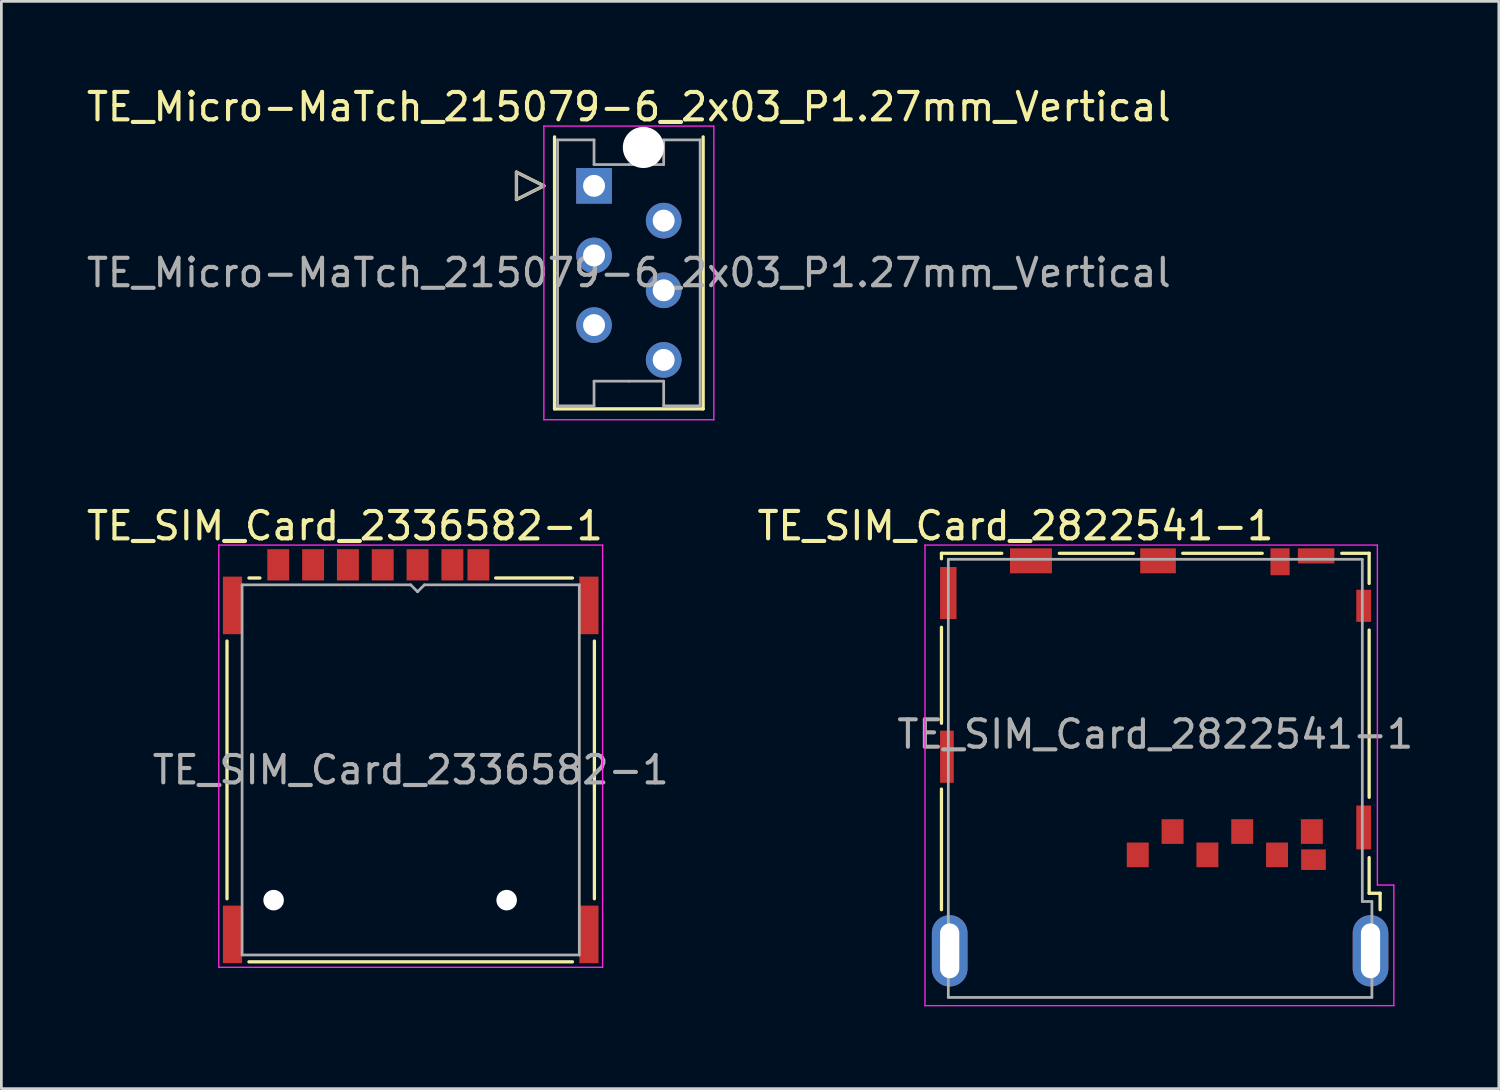
<source format=kicad_pcb>
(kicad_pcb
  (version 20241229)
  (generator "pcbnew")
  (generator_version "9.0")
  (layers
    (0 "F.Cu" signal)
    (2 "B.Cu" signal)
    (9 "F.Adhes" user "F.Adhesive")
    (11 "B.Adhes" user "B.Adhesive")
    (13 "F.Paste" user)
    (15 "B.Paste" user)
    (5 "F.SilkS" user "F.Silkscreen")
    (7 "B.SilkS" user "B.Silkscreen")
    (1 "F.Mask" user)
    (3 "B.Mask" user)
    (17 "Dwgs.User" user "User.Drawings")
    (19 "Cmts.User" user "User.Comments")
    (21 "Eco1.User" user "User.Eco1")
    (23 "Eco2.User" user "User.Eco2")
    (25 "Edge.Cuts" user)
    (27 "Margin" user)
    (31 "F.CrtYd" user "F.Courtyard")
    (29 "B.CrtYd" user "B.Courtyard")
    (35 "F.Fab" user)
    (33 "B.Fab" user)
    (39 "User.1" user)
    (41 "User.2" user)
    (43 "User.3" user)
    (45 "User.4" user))
  (footprint "TE_Micro-MaTch_215079-6_2x03_P1.27mm_Vertical"
    (layer "F.Cu")
    (at 18.617 3.728)
    (property "Reference" "TE_Micro-MaTch_215079-6_2x03_P1.27mm_Vertical" (at 1.27 -2.88 0) (layer "F.SilkS") (effects (font (size 1 1) (thickness 0.15))))
    (attr through_hole)
    (fp_line (start -2.83 -0.5) (end -1.83 0) (stroke (width 0.12) (type solid)) (layer "F.SilkS"))
    (fp_line (start -2.83 0.5) (end -2.83 -0.5) (stroke (width 0.12) (type solid)) (layer "F.SilkS"))
    (fp_line (start -1.83 0) (end -2.83 0.5) (stroke (width 0.12) (type solid)) (layer "F.SilkS"))
    (fp_line (start -1.44 -1.785) (end -1.44 8.135) (stroke (width 0.12) (type solid)) (layer "F.SilkS"))
    (fp_line (start -1.44 8.135) (end 3.98 8.135) (stroke (width 0.12) (type solid)) (layer "F.SilkS"))
    (fp_line (start 3.98 8.135) (end 3.98 -1.785) (stroke (width 0.12) (type solid)) (layer "F.SilkS"))
    (fp_line (start -1.83 -2.18) (end -1.83 8.53) (stroke (width 0.05) (type solid)) (layer "F.CrtYd"))
    (fp_line (start -1.83 8.53) (end 4.37 8.53) (stroke (width 0.05) (type solid)) (layer "F.CrtYd"))
    (fp_line (start 4.37 -2.18) (end -1.83 -2.18) (stroke (width 0.05) (type solid)) (layer "F.CrtYd"))
    (fp_line (start 4.37 8.53) (end 4.37 -2.18) (stroke (width 0.05) (type solid)) (layer "F.CrtYd"))
    (fp_line (start -2.83 -0.5) (end -1.83 0) (stroke (width 0.1) (type solid)) (layer "F.Fab"))
    (fp_line (start -2.83 0.5) (end -2.83 -0.5) (stroke (width 0.1) (type solid)) (layer "F.Fab"))
    (fp_line (start -1.83 0) (end -2.83 0.5) (stroke (width 0.1) (type solid)) (layer "F.Fab"))
    (fp_line (start -1.33 -1.675) (end -1.33 3.175) (stroke (width 0.1) (type solid)) (layer "F.Fab"))
    (fp_line (start -1.33 8.025) (end -1.33 3.175) (stroke (width 0.1) (type solid)) (layer "F.Fab"))
    (fp_line (start 0 -1.675) (end -1.33 -1.675) (stroke (width 0.1) (type solid)) (layer "F.Fab"))
    (fp_line (start 0 -0.775) (end 0 -1.675) (stroke (width 0.1) (type solid)) (layer "F.Fab"))
    (fp_line (start 0 7.125) (end 0 8.025) (stroke (width 0.1) (type solid)) (layer "F.Fab"))
    (fp_line (start 0 8.025) (end -1.33 8.025) (stroke (width 0.1) (type solid)) (layer "F.Fab"))
    (fp_line (start 1.27 -0.775) (end 0 -0.775) (stroke (width 0.1) (type solid)) (layer "F.Fab"))
    (fp_line (start 1.27 -0.775) (end 2.54 -0.775) (stroke (width 0.1) (type solid)) (layer "F.Fab"))
    (fp_line (start 1.27 7.125) (end 0 7.125) (stroke (width 0.1) (type solid)) (layer "F.Fab"))
    (fp_line (start 1.27 7.125) (end 2.54 7.125) (stroke (width 0.1) (type solid)) (layer "F.Fab"))
    (fp_line (start 2.54 -1.675) (end 3.87 -1.675) (stroke (width 0.1) (type solid)) (layer "F.Fab"))
    (fp_line (start 2.54 -0.775) (end 2.54 -1.675) (stroke (width 0.1) (type solid)) (layer "F.Fab"))
    (fp_line (start 2.54 7.125) (end 2.54 8.025) (stroke (width 0.1) (type solid)) (layer "F.Fab"))
    (fp_line (start 2.54 8.025) (end 3.87 8.025) (stroke (width 0.1) (type solid)) (layer "F.Fab"))
    (fp_line (start 3.87 -1.675) (end 3.87 3.175) (stroke (width 0.1) (type solid)) (layer "F.Fab"))
    (fp_line (start 3.87 8.025) (end 3.87 3.175) (stroke (width 0.1) (type solid)) (layer "F.Fab"))
    (fp_text user "${REFERENCE}" (at 1.27 3.17 0) (layer "F.Fab") (effects (font (size 1 1) (thickness 0.15))))
    (pad "" np_thru_hole circle (at 1.8 -1.4) (size 1.5 1.5) (drill 1.5) (layers "*.Cu" "*.Mask"))
    (pad "1" thru_hole rect (at 0 0) (size 1.3 1.3) (drill 0.8) (layers "*.Cu" "*.Mask"))
    (pad "2" thru_hole circle (at 2.54 1.27) (size 1.3 1.3) (drill 0.8) (layers "*.Cu" "*.Mask"))
    (pad "3" thru_hole circle (at 0 2.54) (size 1.3 1.3) (drill 0.8) (layers "*.Cu" "*.Mask"))
    (pad "4" thru_hole circle (at 2.54 3.81) (size 1.3 1.3) (drill 0.8) (layers "*.Cu" "*.Mask"))
    (pad "5" thru_hole circle (at 0 5.08) (size 1.3 1.3) (drill 0.8) (layers "*.Cu" "*.Mask"))
    (pad "6" thru_hole circle (at 2.54 6.35) (size 1.3 1.3) (drill 0.8) (layers "*.Cu" "*.Mask")))
  (footprint "TE_SIM_Card_2336582-1"
    (layer "F.Cu")
    (at 11.93 25.032)
    (property "Reference" "TE_SIM_Card_2336582-1" (at -2.4 -8.9 0) (layer "F.SilkS") (effects (font (size 1 1) (thickness 0.15))))
    (attr smd)
    (fp_line (start -6.7 4.7) (end -6.7 -4.7) (stroke (width 0.12) (type solid)) (layer "F.SilkS"))
    (fp_line (start -5.9 -7) (end -5.5 -7) (stroke (width 0.12) (type solid)) (layer "F.SilkS"))
    (fp_line (start -5.9 7) (end 5.9 7) (stroke (width 0.12) (type solid)) (layer "F.SilkS"))
    (fp_line (start 3.1 -7) (end 5.9 -7) (stroke (width 0.12) (type solid)) (layer "F.SilkS"))
    (fp_line (start 6.7 4.7) (end 6.7 -4.7) (stroke (width 0.12) (type solid)) (layer "F.SilkS"))
    (fp_line (start -7 -8.2) (end -7 7.2) (stroke (width 0.05) (type solid)) (layer "F.CrtYd"))
    (fp_line (start -7 7.2) (end 7 7.2) (stroke (width 0.05) (type solid)) (layer "F.CrtYd"))
    (fp_line (start 7 -8.2) (end -7 -8.2) (stroke (width 0.05) (type solid)) (layer "F.CrtYd"))
    (fp_line (start 7 7.2) (end 7 -8.2) (stroke (width 0.05) (type solid)) (layer "F.CrtYd"))
    (fp_line (start -6.15 -6.75) (end 0 -6.75) (stroke (width 0.1) (type solid)) (layer "F.Fab"))
    (fp_line (start -6.15 6.75) (end -6.15 -6.75) (stroke (width 0.1) (type solid)) (layer "F.Fab"))
    (fp_line (start -6.15 6.75) (end 6.15 6.75) (stroke (width 0.1) (type solid)) (layer "F.Fab"))
    (fp_line (start 0 -6.75) (end 0.25 -6.5) (stroke (width 0.1) (type solid)) (layer "F.Fab"))
    (fp_line (start 0.5 -6.75) (end 0.25 -6.5) (stroke (width 0.1) (type solid)) (layer "F.Fab"))
    (fp_line (start 0.5 -6.75) (end 6.15 -6.75) (stroke (width 0.1) (type solid)) (layer "F.Fab"))
    (fp_line (start 6.15 -6.75) (end 6.15 6.75) (stroke (width 0.1) (type solid)) (layer "F.Fab"))
    (fp_text user "${REFERENCE}" (at 0 0 0) (layer "F.Fab") (effects (font (size 1 1) (thickness 0.15))))
    (pad "" np_thru_hole circle (at -5 4.75) (size 0.75 0.75) (drill 0.75) (layers "*.Cu" "*.Mask"))
    (pad "" np_thru_hole circle (at 3.5 4.75) (size 0.75 0.75) (drill 0.75) (layers "*.Cu" "*.Mask"))
    (pad "C1" smd rect (at 0.25 -7.48) (size 0.8 1.14) (layers "F.Cu" "F.Mask" "F.Paste"))
    (pad "C2" smd rect (at -2.29 -7.48) (size 0.8 1.14) (layers "F.Cu" "F.Mask" "F.Paste"))
    (pad "C3" smd rect (at -4.83 -7.48) (size 0.8 1.14) (layers "F.Cu" "F.Mask" "F.Paste"))
    (pad "C5" smd rect (at 1.52 -7.48) (size 0.8 1.14) (layers "F.Cu" "F.Mask" "F.Paste"))
    (pad "C6" smd rect (at -1.02 -7.48) (size 0.8 1.14) (layers "F.Cu" "F.Mask" "F.Paste"))
    (pad "C7" smd rect (at -3.56 -7.48) (size 0.8 1.14) (layers "F.Cu" "F.Mask" "F.Paste"))
    (pad "CD" smd rect (at 2.47 -7.48) (size 0.8 1.14) (layers "F.Cu" "F.Mask" "F.Paste"))
    (pad "SH" smd rect (at -6.5 -6) (size 0.7 2.1) (layers "F.Cu" "F.Mask" "F.Paste"))
    (pad "SH" smd rect (at -6.5 6) (size 0.7 2.1) (layers "F.Cu" "F.Mask" "F.Paste"))
    (pad "SH" smd rect (at 6.5 -6) (size 0.7 2.1) (layers "F.Cu" "F.Mask" "F.Paste"))
    (pad "SH" smd rect (at 6.5 6) (size 0.7 2.1) (layers "F.Cu" "F.Mask" "F.Paste")))
  (footprint "TE_SIM_Card_2822541-1"
    (layer "F.Cu")
    (at 39.089 26.831)
    (property "Reference" "TE_SIM_Card_2822541-1" (at -5.1 -10.7 0) (layer "F.SilkS") (effects (font (size 1 1) (thickness 0.15))))
    (attr smd)
    (fp_line (start -7.8 -9.7) (end -5.6 -9.7) (stroke (width 0.12) (type solid)) (layer "F.SilkS"))
    (fp_line (start -7.8 -9.5) (end -7.8 -9.7) (stroke (width 0.12) (type solid)) (layer "F.SilkS"))
    (fp_line (start -7.8 -3.5) (end -7.8 -7) (stroke (width 0.12) (type solid)) (layer "F.SilkS"))
    (fp_line (start -7.8 3.3) (end -7.8 -1.1) (stroke (width 0.12) (type solid)) (layer "F.SilkS"))
    (fp_line (start -3.5 -9.7) (end -0.8 -9.7) (stroke (width 0.12) (type solid)) (layer "F.SilkS"))
    (fp_line (start 1 -9.7) (end 3.9 -9.7) (stroke (width 0.12) (type solid)) (layer "F.SilkS"))
    (fp_line (start 6.8 -9.7) (end 7.8 -9.7) (stroke (width 0.12) (type solid)) (layer "F.SilkS"))
    (fp_line (start 7.8 -9.7) (end 7.8 -8.6) (stroke (width 0.12) (type solid)) (layer "F.SilkS"))
    (fp_line (start 7.8 -6.9) (end 7.8 -0.8) (stroke (width 0.12) (type solid)) (layer "F.SilkS"))
    (fp_line (start 7.8 1.4) (end 7.8 2.7) (stroke (width 0.12) (type solid)) (layer "F.SilkS"))
    (fp_line (start 7.8 2.7) (end 8.2 2.7) (stroke (width 0.12) (type solid)) (layer "F.SilkS"))
    (fp_line (start 8.2 2.7) (end 8.2 3.3) (stroke (width 0.12) (type solid)) (layer "F.SilkS"))
    (fp_line (start -8.4 -10) (end -8.4 6.8) (stroke (width 0.05) (type solid)) (layer "F.CrtYd"))
    (fp_line (start -8.4 6.8) (end 8.7 6.8) (stroke (width 0.05) (type solid)) (layer "F.CrtYd"))
    (fp_line (start 8.1 -10) (end -8.4 -10) (stroke (width 0.05) (type solid)) (layer "F.CrtYd"))
    (fp_line (start 8.1 2.4) (end 8.1 -10) (stroke (width 0.05) (type solid)) (layer "F.CrtYd"))
    (fp_line (start 8.7 2.4) (end 8.1 2.4) (stroke (width 0.05) (type solid)) (layer "F.CrtYd"))
    (fp_line (start 8.7 6.8) (end 8.7 2.4) (stroke (width 0.05) (type solid)) (layer "F.CrtYd"))
    (fp_line (start -7.55 -9.48) (end 7.55 -9.48) (stroke (width 0.1) (type solid)) (layer "F.Fab"))
    (fp_line (start -7.55 6.5) (end -7.55 -9.48) (stroke (width 0.1) (type solid)) (layer "F.Fab"))
    (fp_line (start -7.55 6.5) (end 7.9 6.5) (stroke (width 0.1) (type solid)) (layer "F.Fab"))
    (fp_line (start 7.55 3) (end 7.55 -9.48) (stroke (width 0.1) (type solid)) (layer "F.Fab"))
    (fp_line (start 7.9 3) (end 7.55 3) (stroke (width 0.1) (type solid)) (layer "F.Fab"))
    (fp_line (start 7.9 6.5) (end 7.9 3) (stroke (width 0.1) (type solid)) (layer "F.Fab"))
    (fp_text user "${REFERENCE}" (at 0 -3.1 0) (layer "F.Fab") (effects (font (size 1 1) (thickness 0.15))))
    (pad "1" smd rect (at 4.44 1.3) (size 0.8 0.9) (layers "F.Cu" "F.Mask" "F.Paste"))
    (pad "2" smd rect (at 1.9 1.3) (size 0.8 0.9) (layers "F.Cu" "F.Mask" "F.Paste"))
    (pad "3" smd rect (at -0.64 1.3) (size 0.8 0.9) (layers "F.Cu" "F.Mask" "F.Paste"))
    (pad "4" smd rect (at 5.71 0.45) (size 0.8 0.9) (layers "F.Cu" "F.Mask" "F.Paste"))
    (pad "5" smd rect (at 3.17 0.45) (size 0.8 0.9) (layers "F.Cu" "F.Mask" "F.Paste"))
    (pad "6" smd rect (at 0.63 0.45) (size 0.8 0.9) (layers "F.Cu" "F.Mask" "F.Paste"))
    (pad "7" smd rect (at 5.77 1.475) (size 0.9 0.75) (layers "F.Cu" "F.Mask" "F.Paste"))
    (pad "8" thru_hole oval (at 7.85 4.8) (size 1.3 2.6) (drill oval 0.7 2) (layers "*.Cu" "*.Mask"))
    (pad "9" smd rect (at 7.6 0.3) (size 0.54 1.6) (layers "F.Cu" "F.Mask" "F.Paste"))
    (pad "10" smd rect (at 7.6 -7.785) (size 0.54 1.17) (layers "F.Cu" "F.Mask" "F.Paste"))
    (pad "11" smd rect (at 5.865 -9.605) (size 1.33 0.55) (layers "F.Cu" "F.Mask" "F.Paste"))
    (pad "12" smd rect (at 4.55 -9.39) (size 0.7 0.98) (layers "F.Cu" "F.Mask" "F.Paste"))
    (pad "13" smd rect (at 0.1 -9.425) (size 1.3 0.91) (layers "F.Cu" "F.Mask" "F.Paste"))
    (pad "14" smd rect (at -4.535 -9.425) (size 1.53 0.91) (layers "F.Cu" "F.Mask" "F.Paste"))
    (pad "15" smd rect (at -7.55 -8.25) (size 0.6 1.9) (layers "F.Cu" "F.Mask" "F.Paste"))
    (pad "16" smd rect (at -7.6 -2.28) (size 0.5 1.9) (layers "F.Cu" "F.Mask" "F.Paste"))
    (pad "17" thru_hole oval (at -7.5 4.8) (size 1.3 2.6) (drill oval 0.7 2) (layers "*.Cu" "*.Mask")))
  (gr_rect
    (start -3 -3)
    (end 51.619 36.657)
    (stroke (width 0.1) (type default))
    (fill no)
    (layer "Edge.Cuts")))
</source>
